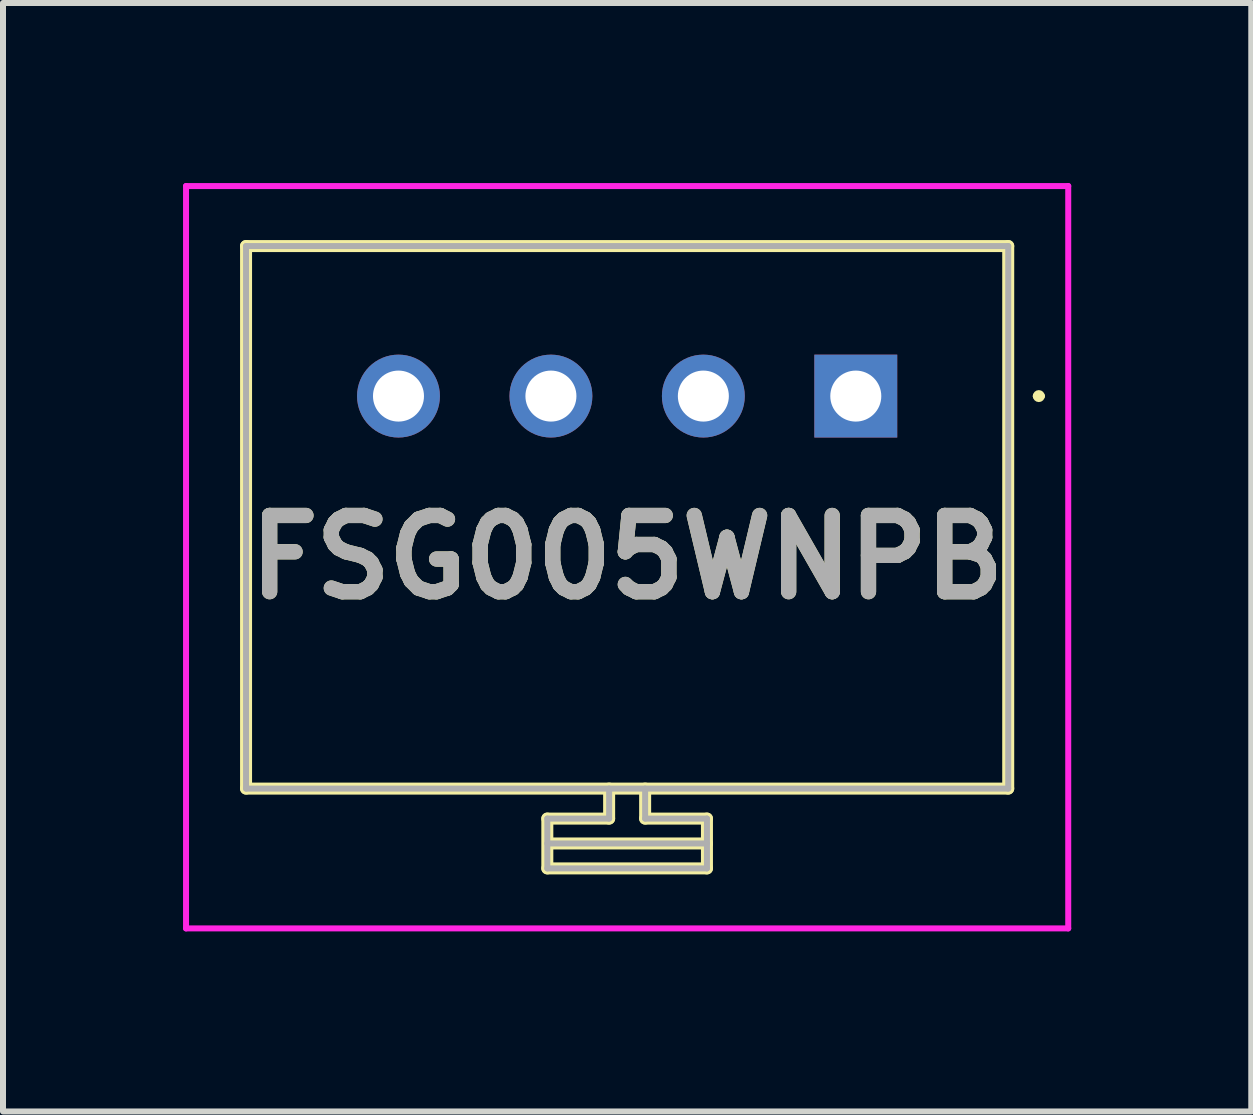
<source format=kicad_pcb>
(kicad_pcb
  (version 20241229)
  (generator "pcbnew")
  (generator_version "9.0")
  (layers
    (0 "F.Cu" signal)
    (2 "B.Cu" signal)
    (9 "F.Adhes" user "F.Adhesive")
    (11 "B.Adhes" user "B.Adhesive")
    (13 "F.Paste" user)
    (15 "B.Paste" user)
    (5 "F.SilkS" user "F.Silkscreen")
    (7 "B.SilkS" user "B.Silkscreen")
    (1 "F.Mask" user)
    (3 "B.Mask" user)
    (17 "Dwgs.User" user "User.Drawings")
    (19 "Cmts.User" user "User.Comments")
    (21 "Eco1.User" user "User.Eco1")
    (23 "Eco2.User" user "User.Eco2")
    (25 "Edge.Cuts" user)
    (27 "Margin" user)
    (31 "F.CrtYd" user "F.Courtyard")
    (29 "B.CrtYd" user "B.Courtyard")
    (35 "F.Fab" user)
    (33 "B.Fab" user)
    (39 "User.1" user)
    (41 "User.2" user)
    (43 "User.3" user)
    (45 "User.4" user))
  (footprint "FSG005WNPB"
    (layer "F.Cu")
    (at 11.21 3.55)
    (property "Reference" "FSG005WNPB" (at -3.81 2.685 0) (layer "F.SilkS") (effects (font (size 1.27 1.27) (thickness 0.254))))
    (attr through_hole)
    (fp_line (start -10.16 -2.5) (end 2.54 -2.5) (stroke (width 0.2) (type solid)) (layer "F.SilkS"))
    (fp_line (start -10.16 6.54) (end -10.16 -2.5) (stroke (width 0.2) (type solid)) (layer "F.SilkS"))
    (fp_line (start -5.14 7.04) (end -5.14 7.87) (stroke (width 0.2) (type solid)) (layer "F.SilkS"))
    (fp_line (start -5.14 7.87) (end -2.48 7.87) (stroke (width 0.2) (type solid)) (layer "F.SilkS"))
    (fp_line (start -5.08 7.455) (end -2.48 7.455) (stroke (width 0.2) (type solid)) (layer "F.SilkS"))
    (fp_line (start -4.11 6.54) (end -4.11 7.04) (stroke (width 0.2) (type solid)) (layer "F.SilkS"))
    (fp_line (start -4.11 7.04) (end -5.14 7.04) (stroke (width 0.2) (type solid)) (layer "F.SilkS"))
    (fp_line (start -3.51 7.04) (end -3.51 6.54) (stroke (width 0.2) (type solid)) (layer "F.SilkS"))
    (fp_line (start -2.48 7.04) (end -3.51 7.04) (stroke (width 0.2) (type solid)) (layer "F.SilkS"))
    (fp_line (start -2.48 7.87) (end -2.48 7.04) (stroke (width 0.2) (type solid)) (layer "F.SilkS"))
    (fp_line (start 2.54 -2.5) (end 2.54 6.54) (stroke (width 0.2) (type solid)) (layer "F.SilkS"))
    (fp_line (start 2.54 6.54) (end -10.16 6.54) (stroke (width 0.2) (type solid)) (layer "F.SilkS"))
    (fp_line (start 3 0) (end 3 0) (stroke (width 0.1) (type solid)) (layer "F.SilkS"))
    (fp_line (start 3.1 0) (end 3.1 0) (stroke (width 0.1) (type solid)) (layer "F.SilkS"))
    (fp_arc (start 3 0) (mid 3.05 -0.05) (end 3.1 0) (stroke (width 0.1) (type solid)) (layer "F.SilkS"))
    (fp_arc (start 3.1 0) (mid 3.05 0.05) (end 3 0) (stroke (width 0.1) (type solid)) (layer "F.SilkS"))
    (fp_line (start -11.16 -3.5) (end 3.54 -3.5) (stroke (width 0.1) (type solid)) (layer "F.CrtYd"))
    (fp_line (start -11.16 8.87) (end -11.16 -3.5) (stroke (width 0.1) (type solid)) (layer "F.CrtYd"))
    (fp_line (start 3.54 -3.5) (end 3.54 8.87) (stroke (width 0.1) (type solid)) (layer "F.CrtYd"))
    (fp_line (start 3.54 8.87) (end -11.16 8.87) (stroke (width 0.1) (type solid)) (layer "F.CrtYd"))
    (fp_line (start -10.16 -2.5) (end 2.54 -2.5) (stroke (width 0.1) (type solid)) (layer "F.Fab"))
    (fp_line (start -10.16 6.54) (end -10.16 -2.5) (stroke (width 0.1) (type solid)) (layer "F.Fab"))
    (fp_line (start -5.14 7.04) (end -5.14 7.87) (stroke (width 0.1) (type solid)) (layer "F.Fab"))
    (fp_line (start -5.14 7.455) (end -2.48 7.455) (stroke (width 0.1) (type solid)) (layer "F.Fab"))
    (fp_line (start -5.14 7.87) (end -2.48 7.87) (stroke (width 0.1) (type solid)) (layer "F.Fab"))
    (fp_line (start -4.11 6.54) (end -4.11 7.04) (stroke (width 0.1) (type solid)) (layer "F.Fab"))
    (fp_line (start -4.11 7.04) (end -5.14 7.04) (stroke (width 0.1) (type solid)) (layer "F.Fab"))
    (fp_line (start -3.51 7.04) (end -3.51 6.54) (stroke (width 0.1) (type solid)) (layer "F.Fab"))
    (fp_line (start -2.48 7.04) (end -3.51 7.04) (stroke (width 0.1) (type solid)) (layer "F.Fab"))
    (fp_line (start -2.48 7.87) (end -2.48 7.04) (stroke (width 0.1) (type solid)) (layer "F.Fab"))
    (fp_line (start 2.54 -2.5) (end 2.54 6.54) (stroke (width 0.1) (type solid)) (layer "F.Fab"))
    (fp_line (start 2.54 6.54) (end -10.16 6.54) (stroke (width 0.1) (type solid)) (layer "F.Fab"))
    (fp_text user "${REFERENCE}" (at -3.81 2.685 0) (layer "F.Fab") (effects (font (size 1.27 1.27) (thickness 0.254))))
    (pad "1" thru_hole rect (at 0 0) (size 1.381 1.381) (drill 0.85) (layers "*.Cu" "*.Mask"))
    (pad "2" thru_hole circle (at -2.54 0) (size 1.381 1.381) (drill 0.85) (layers "*.Cu" "*.Mask"))
    (pad "3" thru_hole circle (at -5.08 0) (size 1.381 1.381) (drill 0.85) (layers "*.Cu" "*.Mask"))
    (pad "4" thru_hole circle (at -7.62 0) (size 1.381 1.381) (drill 0.85) (layers "*.Cu" "*.Mask")))
  (gr_rect
    (start -3 -3)
    (end 17.8 15.47)
    (stroke (width 0.1) (type default))
    (fill no)
    (layer "Edge.Cuts")))
</source>
